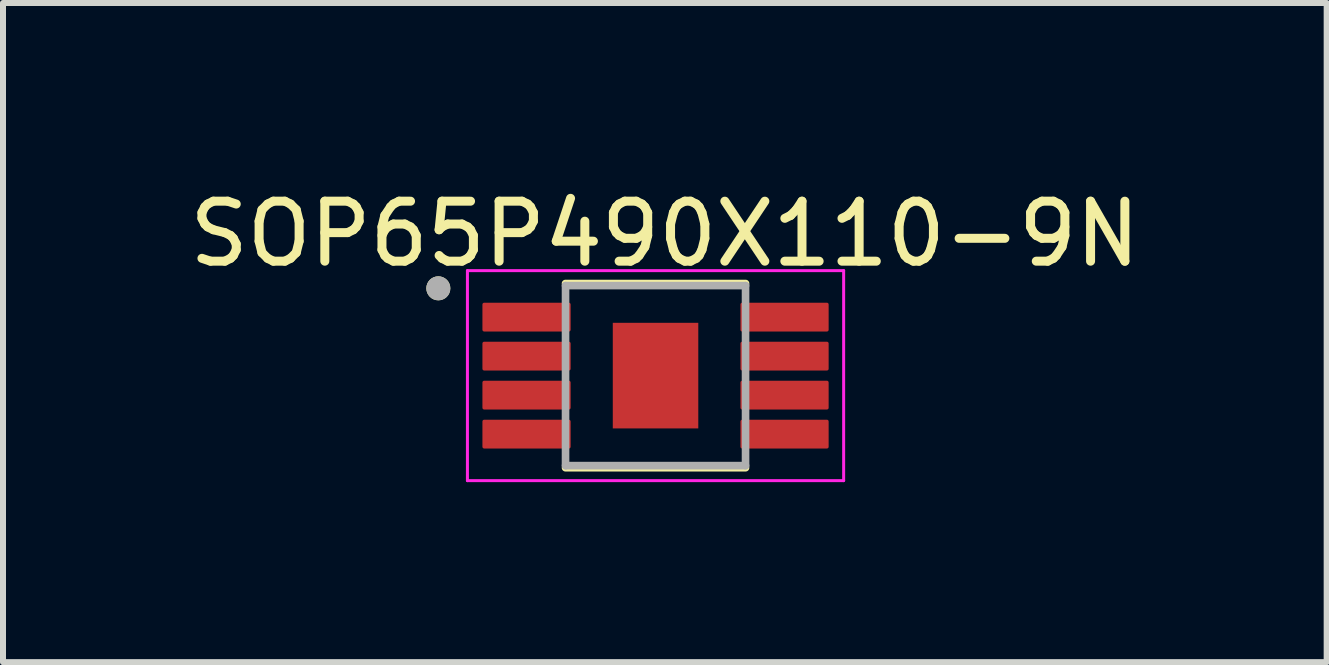
<source format=kicad_pcb>
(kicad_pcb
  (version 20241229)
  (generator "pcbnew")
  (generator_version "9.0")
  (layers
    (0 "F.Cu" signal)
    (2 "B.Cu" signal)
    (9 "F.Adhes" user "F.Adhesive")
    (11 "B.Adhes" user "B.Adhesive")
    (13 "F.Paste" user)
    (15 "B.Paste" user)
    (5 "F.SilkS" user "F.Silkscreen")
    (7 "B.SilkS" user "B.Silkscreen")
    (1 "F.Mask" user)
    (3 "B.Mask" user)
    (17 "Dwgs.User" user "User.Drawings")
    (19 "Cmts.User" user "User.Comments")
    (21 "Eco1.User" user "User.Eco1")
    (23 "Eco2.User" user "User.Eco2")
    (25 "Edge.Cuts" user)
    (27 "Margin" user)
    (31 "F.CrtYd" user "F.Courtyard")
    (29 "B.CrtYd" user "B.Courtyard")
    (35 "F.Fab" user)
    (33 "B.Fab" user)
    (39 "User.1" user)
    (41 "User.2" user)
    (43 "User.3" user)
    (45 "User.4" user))
  (footprint "SOP65P490X110-9N"
    (layer "F.Cu")
    (at 7.875 3.21)
    (property "Reference" "SOP65P490X110-9N" (at 0.155 -2.362 0) (layer "F.SilkS") (effects (font (size 1 1) (thickness 0.15))))
    (attr smd)
    (fp_line (start -1.5 -1.535) (end 1.5 -1.535) (stroke (width 0.127) (type solid)) (layer "F.SilkS"))
    (fp_line (start -1.5 1.535) (end 1.5 1.535) (stroke (width 0.127) (type solid)) (layer "F.SilkS"))
    (fp_circle (center -3.62 -1.455) (end -3.52 -1.455) (stroke (width 0.2) (type solid)) (fill no) (layer "F.SilkS"))
    (fp_poly (pts (xy -0.356 -0.44) (xy 0.356 -0.44) (xy 0.356 0.44) (xy -0.356 0.44)) (stroke (width 0.01) (type solid)) (fill yes) (layer "F.Paste"))
    (fp_line (start -3.135 -1.75) (end -3.135 1.75) (stroke (width 0.05) (type solid)) (layer "F.CrtYd"))
    (fp_line (start -3.135 -1.75) (end 3.135 -1.75) (stroke (width 0.05) (type solid)) (layer "F.CrtYd"))
    (fp_line (start -3.135 1.75) (end 3.135 1.75) (stroke (width 0.05) (type solid)) (layer "F.CrtYd"))
    (fp_line (start 3.135 -1.75) (end 3.135 1.75) (stroke (width 0.05) (type solid)) (layer "F.CrtYd"))
    (fp_line (start -1.5 -1.5) (end -1.5 1.5) (stroke (width 0.127) (type solid)) (layer "F.Fab"))
    (fp_line (start -1.5 -1.5) (end 1.5 -1.5) (stroke (width 0.127) (type solid)) (layer "F.Fab"))
    (fp_line (start -1.5 1.5) (end 1.5 1.5) (stroke (width 0.127) (type solid)) (layer "F.Fab"))
    (fp_line (start 1.5 -1.5) (end 1.5 1.5) (stroke (width 0.127) (type solid)) (layer "F.Fab"))
    (fp_circle (center -3.62 -1.455) (end -3.52 -1.455) (stroke (width 0.2) (type solid)) (fill no) (layer "F.Fab"))
    (pad "1" smd roundrect (at -2.15 -0.975) (size 1.47 0.48) (layers "F.Cu" "F.Mask" "F.Paste") (roundrect_rratio 0.06))
    (pad "2" smd roundrect (at -2.15 -0.325) (size 1.47 0.48) (layers "F.Cu" "F.Mask" "F.Paste") (roundrect_rratio 0.06))
    (pad "3" smd roundrect (at -2.15 0.325) (size 1.47 0.48) (layers "F.Cu" "F.Mask" "F.Paste") (roundrect_rratio 0.06))
    (pad "4" smd roundrect (at -2.15 0.975) (size 1.47 0.48) (layers "F.Cu" "F.Mask" "F.Paste") (roundrect_rratio 0.06))
    (pad "5" smd roundrect (at 2.15 0.975) (size 1.47 0.48) (layers "F.Cu" "F.Mask" "F.Paste") (roundrect_rratio 0.06))
    (pad "6" smd roundrect (at 2.15 0.325) (size 1.47 0.48) (layers "F.Cu" "F.Mask" "F.Paste") (roundrect_rratio 0.06))
    (pad "7" smd roundrect (at 2.15 -0.325) (size 1.47 0.48) (layers "F.Cu" "F.Mask" "F.Paste") (roundrect_rratio 0.06))
    (pad "8" smd roundrect (at 2.15 -0.975) (size 1.47 0.48) (layers "F.Cu" "F.Mask" "F.Paste") (roundrect_rratio 0.06))
    (pad "9" smd rect (at 0 0) (size 1.425 1.76) (layers "F.Cu" "F.Mask")))
  (gr_rect
    (start -3 -3)
    (end 19.06 7.985)
    (stroke (width 0.1) (type default))
    (fill no)
    (layer "Edge.Cuts")))
</source>
